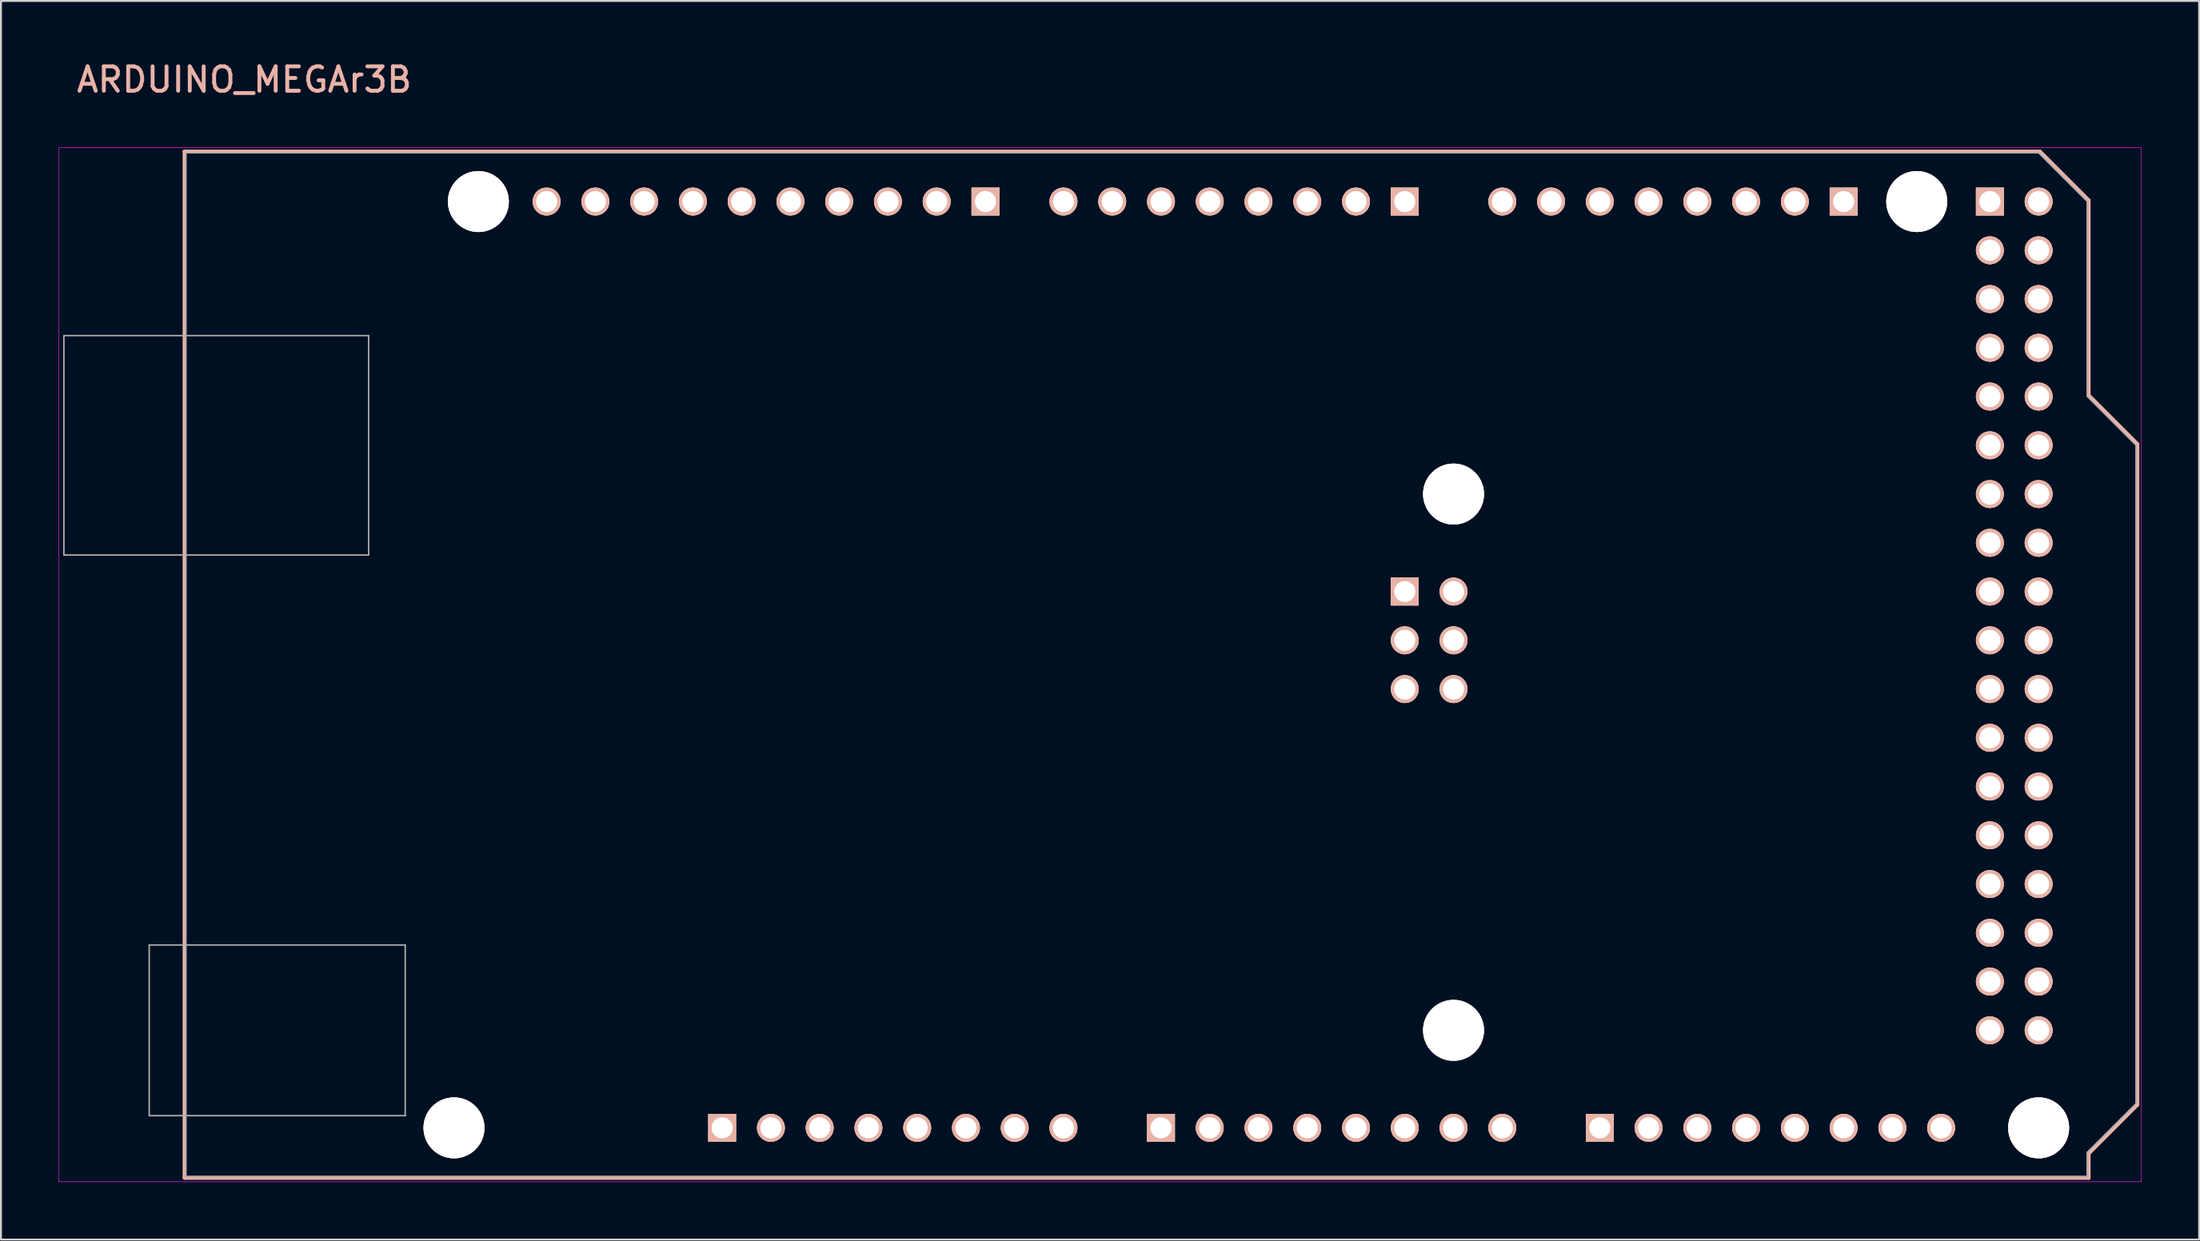
<source format=kicad_pcb>
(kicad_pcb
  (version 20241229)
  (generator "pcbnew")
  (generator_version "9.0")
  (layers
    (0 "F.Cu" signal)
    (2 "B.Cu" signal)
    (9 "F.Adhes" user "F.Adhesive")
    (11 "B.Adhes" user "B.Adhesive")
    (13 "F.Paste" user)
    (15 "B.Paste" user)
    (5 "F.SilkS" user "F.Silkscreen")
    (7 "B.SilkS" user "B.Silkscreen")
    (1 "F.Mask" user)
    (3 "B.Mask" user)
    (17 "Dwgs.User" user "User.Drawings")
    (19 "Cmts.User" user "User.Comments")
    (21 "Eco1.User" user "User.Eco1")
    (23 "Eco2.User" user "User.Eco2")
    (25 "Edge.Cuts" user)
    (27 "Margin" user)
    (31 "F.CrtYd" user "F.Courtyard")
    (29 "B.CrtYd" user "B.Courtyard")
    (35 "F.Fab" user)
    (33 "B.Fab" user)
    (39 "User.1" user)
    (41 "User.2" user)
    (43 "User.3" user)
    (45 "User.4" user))
  (footprint "ARDUINO_MEGAr3B"
    (layer "F.Cu")
    (at 6.629 58.25)
    (property "Reference" "ARDUINO_MEGAr3B" (at 3.048 -57.15 0) (layer "B.SilkS") (effects (font (size 1.27 1.27) (thickness 0.203))))
    (attr through_hole)
    (fp_line (start -0.064 0.064) (end -0.064 -53.404) (stroke (width 0.203) (type solid)) (layer "B.SilkS"))
    (fp_line (start 96.584 -53.404) (end -0.064 -53.404) (stroke (width 0.203) (type solid)) (layer "B.SilkS"))
    (fp_line (start 99.124 -50.864) (end 96.584 -53.404) (stroke (width 0.203) (type solid)) (layer "B.SilkS"))
    (fp_line (start 99.124 -40.703) (end 99.124 -50.864) (stroke (width 0.203) (type solid)) (layer "B.SilkS"))
    (fp_line (start 99.124 -40.703) (end 101.663 -38.163) (stroke (width 0.203) (type solid)) (layer "B.SilkS"))
    (fp_line (start 99.124 -1.206) (end 99.124 0.064) (stroke (width 0.203) (type solid)) (layer "B.SilkS"))
    (fp_line (start 99.124 0.064) (end -0.064 0.064) (stroke (width 0.203) (type solid)) (layer "B.SilkS"))
    (fp_line (start 101.663 -38.163) (end 101.663 -3.747) (stroke (width 0.203) (type solid)) (layer "B.SilkS"))
    (fp_line (start 101.663 -3.747) (end 99.124 -1.206) (stroke (width 0.203) (type solid)) (layer "B.SilkS"))
    (fp_line (start -6.617 -53.607) (end 101.867 -53.607) (stroke (width 0.025) (type solid)) (layer "F.CrtYd"))
    (fp_line (start -6.617 0.267) (end -6.617 -53.607) (stroke (width 0.025) (type solid)) (layer "F.CrtYd"))
    (fp_line (start 101.867 -53.607) (end 101.867 0.267) (stroke (width 0.025) (type solid)) (layer "F.CrtYd"))
    (fp_line (start 101.867 0.267) (end -6.617 0.267) (stroke (width 0.025) (type solid)) (layer "F.CrtYd"))
    (fp_line (start -6.35 -43.815) (end 9.525 -43.815) (stroke (width 0.076) (type solid)) (layer "F.Fab"))
    (fp_line (start -6.35 -32.385) (end -6.35 -43.815) (stroke (width 0.076) (type solid)) (layer "F.Fab"))
    (fp_line (start -1.905 -12.065) (end 11.43 -12.065) (stroke (width 0.076) (type solid)) (layer "F.Fab"))
    (fp_line (start -1.905 -3.175) (end -1.905 -12.065) (stroke (width 0.076) (type solid)) (layer "F.Fab"))
    (fp_line (start 0 0) (end 0 -53.34) (stroke (width 0.076) (type solid)) (layer "F.Fab"))
    (fp_line (start 9.525 -43.815) (end 9.525 -32.385) (stroke (width 0.076) (type solid)) (layer "F.Fab"))
    (fp_line (start 9.525 -32.385) (end -6.35 -32.385) (stroke (width 0.076) (type solid)) (layer "F.Fab"))
    (fp_line (start 11.43 -12.065) (end 11.43 -3.175) (stroke (width 0.076) (type solid)) (layer "F.Fab"))
    (fp_line (start 11.43 -3.175) (end -1.905 -3.175) (stroke (width 0.076) (type solid)) (layer "F.Fab"))
    (fp_line (start 96.52 -53.34) (end 0 -53.34) (stroke (width 0.076) (type solid)) (layer "F.Fab"))
    (fp_line (start 99.06 -50.8) (end 96.52 -53.34) (stroke (width 0.076) (type solid)) (layer "F.Fab"))
    (fp_line (start 99.06 -40.64) (end 99.06 -50.8) (stroke (width 0.076) (type solid)) (layer "F.Fab"))
    (fp_line (start 99.06 -40.64) (end 101.6 -38.1) (stroke (width 0.076) (type solid)) (layer "F.Fab"))
    (fp_line (start 99.06 -1.27) (end 99.06 0) (stroke (width 0.076) (type solid)) (layer "F.Fab"))
    (fp_line (start 99.06 0) (end 0 0) (stroke (width 0.076) (type solid)) (layer "F.Fab"))
    (fp_line (start 101.6 -38.1) (end 101.6 -3.81) (stroke (width 0.076) (type solid)) (layer "F.Fab"))
    (fp_line (start 101.6 -3.81) (end 99.06 -1.27) (stroke (width 0.076) (type solid)) (layer "F.Fab"))
    (pad "" np_thru_hole circle (at 13.97 -2.54 0.1) (size 3.175 3.175) (drill 3.175) (layers "*.Cu" "*.SilkS" "*.Mask"))
    (pad "" np_thru_hole circle (at 15.24 -50.8 0.1) (size 3.175 3.175) (drill 3.175) (layers "*.Cu" "*.SilkS" "*.Mask"))
    (pad "" np_thru_hole circle (at 66.04 -35.56 0.1) (size 3.175 3.175) (drill 3.175) (layers "*.Cu" "*.SilkS" "*.Mask"))
    (pad "" np_thru_hole circle (at 66.04 -7.62 0.1) (size 3.175 3.175) (drill 3.175) (layers "*.Cu" "*.SilkS" "*.Mask"))
    (pad "" np_thru_hole circle (at 90.17 -50.8 0.1) (size 3.175 3.175) (drill 3.175) (layers "*.Cu" "*.SilkS" "*.Mask"))
    (pad "" np_thru_hole circle (at 96.52 -2.54 0.1) (size 3.175 3.175) (drill 3.175) (layers "*.Cu" "*.SilkS" "*.Mask"))
    (pad "AH1" thru_hole rect (at 73.66 -2.54 270) (size 1.45 1.45) (drill 1.1) (layers "*.Cu" "*.SilkS" "*.Mask"))
    (pad "AH2" thru_hole circle (at 76.2 -2.54 270) (size 1.45 1.45) (drill 1.1) (layers "*.Cu" "*.SilkS" "*.Mask"))
    (pad "AH3" thru_hole circle (at 78.74 -2.54 270) (size 1.45 1.45) (drill 1.1) (layers "*.Cu" "*.SilkS" "*.Mask"))
    (pad "AH4" thru_hole circle (at 81.28 -2.54 270) (size 1.45 1.45) (drill 1.1) (layers "*.Cu" "*.SilkS" "*.Mask"))
    (pad "AH5" thru_hole circle (at 83.82 -2.54 270) (size 1.45 1.45) (drill 1.1) (layers "*.Cu" "*.SilkS" "*.Mask"))
    (pad "AH6" thru_hole circle (at 86.36 -2.54 270) (size 1.45 1.45) (drill 1.1) (layers "*.Cu" "*.SilkS" "*.Mask"))
    (pad "AH7" thru_hole circle (at 88.9 -2.54 270) (size 1.45 1.45) (drill 1.1) (layers "*.Cu" "*.SilkS" "*.Mask"))
    (pad "AH8" thru_hole circle (at 91.44 -2.54 270) (size 1.45 1.45) (drill 1.1) (layers "*.Cu" "*.SilkS" "*.Mask"))
    (pad "AL1" thru_hole rect (at 50.8 -2.54 270) (size 1.45 1.45) (drill 1.1) (layers "*.Cu" "*.SilkS" "*.Mask"))
    (pad "AL2" thru_hole circle (at 53.34 -2.54 270) (size 1.45 1.45) (drill 1.1) (layers "*.Cu" "*.SilkS" "*.Mask"))
    (pad "AL3" thru_hole circle (at 55.88 -2.54 270) (size 1.45 1.45) (drill 1.1) (layers "*.Cu" "*.SilkS" "*.Mask"))
    (pad "AL4" thru_hole circle (at 58.42 -2.54 270) (size 1.45 1.45) (drill 1.1) (layers "*.Cu" "*.SilkS" "*.Mask"))
    (pad "AL5" thru_hole circle (at 60.96 -2.54 270) (size 1.45 1.45) (drill 1.1) (layers "*.Cu" "*.SilkS" "*.Mask"))
    (pad "AL6" thru_hole circle (at 63.5 -2.54 270) (size 1.45 1.45) (drill 1.1) (layers "*.Cu" "*.SilkS" "*.Mask"))
    (pad "AL7" thru_hole circle (at 66.04 -2.54 270) (size 1.45 1.45) (drill 1.1) (layers "*.Cu" "*.SilkS" "*.Mask"))
    (pad "AL8" thru_hole circle (at 68.58 -2.54 270) (size 1.45 1.45) (drill 1.1) (layers "*.Cu" "*.SilkS" "*.Mask"))
    (pad "COM1" thru_hole rect (at 86.36 -50.8 90) (size 1.45 1.45) (drill 1.1) (layers "*.Cu" "*.SilkS" "*.Mask"))
    (pad "COM2" thru_hole circle (at 83.82 -50.8 90) (size 1.45 1.45) (drill 1.1) (layers "*.Cu" "*.SilkS" "*.Mask"))
    (pad "COM3" thru_hole circle (at 81.28 -50.8 90) (size 1.45 1.45) (drill 1.1) (layers "*.Cu" "*.SilkS" "*.Mask"))
    (pad "COM4" thru_hole circle (at 78.74 -50.8 90) (size 1.45 1.45) (drill 1.1) (layers "*.Cu" "*.SilkS" "*.Mask"))
    (pad "COM5" thru_hole circle (at 76.2 -50.8 90) (size 1.45 1.45) (drill 1.1) (layers "*.Cu" "*.SilkS" "*.Mask"))
    (pad "COM6" thru_hole circle (at 73.66 -50.8 90) (size 1.45 1.45) (drill 1.1) (layers "*.Cu" "*.SilkS" "*.Mask"))
    (pad "COM7" thru_hole circle (at 71.12 -50.8 90) (size 1.45 1.45) (drill 1.1) (layers "*.Cu" "*.SilkS" "*.Mask"))
    (pad "COM8" thru_hole circle (at 68.58 -50.8 90) (size 1.45 1.45) (drill 1.1) (layers "*.Cu" "*.SilkS" "*.Mask"))
    (pad "H1" thru_hole rect (at 41.656 -50.8 90) (size 1.45 1.45) (drill 1.1) (layers "*.Cu" "*.SilkS" "*.Mask"))
    (pad "H2" thru_hole circle (at 39.116 -50.8 90) (size 1.45 1.45) (drill 1.1) (layers "*.Cu" "*.SilkS" "*.Mask"))
    (pad "H3" thru_hole circle (at 36.576 -50.8 90) (size 1.45 1.45) (drill 1.1) (layers "*.Cu" "*.SilkS" "*.Mask"))
    (pad "H4" thru_hole circle (at 34.036 -50.8 90) (size 1.45 1.45) (drill 1.1) (layers "*.Cu" "*.SilkS" "*.Mask"))
    (pad "H5" thru_hole circle (at 31.496 -50.8 90) (size 1.45 1.45) (drill 1.1) (layers "*.Cu" "*.SilkS" "*.Mask"))
    (pad "H6" thru_hole circle (at 28.956 -50.8 90) (size 1.45 1.45) (drill 1.1) (layers "*.Cu" "*.SilkS" "*.Mask"))
    (pad "H7" thru_hole circle (at 26.416 -50.8 90) (size 1.45 1.45) (drill 1.1) (layers "*.Cu" "*.SilkS" "*.Mask"))
    (pad "H8" thru_hole circle (at 23.876 -50.8 90) (size 1.45 1.45) (drill 1.1) (layers "*.Cu" "*.SilkS" "*.Mask"))
    (pad "H9" thru_hole circle (at 21.336 -50.8 90) (size 1.45 1.45) (drill 1.1) (layers "*.Cu" "*.SilkS" "*.Mask"))
    (pad "H10" thru_hole circle (at 18.796 -50.8 90) (size 1.45 1.45) (drill 1.1) (layers "*.Cu" "*.SilkS" "*.Mask"))
    (pad "ISP1" thru_hole rect (at 63.5 -30.48 180) (size 1.45 1.45) (drill 1.1) (layers "*.Cu" "*.SilkS" "*.Mask"))
    (pad "ISP2" thru_hole circle (at 66.04 -30.48) (size 1.45 1.45) (drill 1.1) (layers "*.Cu" "*.SilkS" "*.Mask"))
    (pad "ISP3" thru_hole circle (at 63.5 -27.94 180) (size 1.45 1.45) (drill 1.1) (layers "*.Cu" "*.SilkS" "*.Mask"))
    (pad "ISP4" thru_hole circle (at 66.04 -27.94) (size 1.45 1.45) (drill 1.1) (layers "*.Cu" "*.SilkS" "*.Mask"))
    (pad "ISP5" thru_hole circle (at 63.5 -25.4 180) (size 1.45 1.45) (drill 1.1) (layers "*.Cu" "*.SilkS" "*.Mask"))
    (pad "ISP6" thru_hole circle (at 66.04 -25.4) (size 1.45 1.45) (drill 1.1) (layers "*.Cu" "*.SilkS" "*.Mask"))
    (pad "L1" thru_hole rect (at 63.5 -50.8 90) (size 1.45 1.45) (drill 1.1) (layers "*.Cu" "*.SilkS" "*.Mask"))
    (pad "L2" thru_hole circle (at 60.96 -50.8 90) (size 1.45 1.45) (drill 1.1) (layers "*.Cu" "*.SilkS" "*.Mask"))
    (pad "L3" thru_hole circle (at 58.42 -50.8 90) (size 1.45 1.45) (drill 1.1) (layers "*.Cu" "*.SilkS" "*.Mask"))
    (pad "L4" thru_hole circle (at 55.88 -50.8 90) (size 1.45 1.45) (drill 1.1) (layers "*.Cu" "*.SilkS" "*.Mask"))
    (pad "L5" thru_hole circle (at 53.34 -50.8 90) (size 1.45 1.45) (drill 1.1) (layers "*.Cu" "*.SilkS" "*.Mask"))
    (pad "L6" thru_hole circle (at 50.8 -50.8 90) (size 1.45 1.45) (drill 1.1) (layers "*.Cu" "*.SilkS" "*.Mask"))
    (pad "L7" thru_hole circle (at 48.26 -50.8 90) (size 1.45 1.45) (drill 1.1) (layers "*.Cu" "*.SilkS" "*.Mask"))
    (pad "L8" thru_hole circle (at 45.72 -50.8 90) (size 1.45 1.45) (drill 1.1) (layers "*.Cu" "*.SilkS" "*.Mask"))
    (pad "P1" thru_hole rect (at 27.94 -2.54 270) (size 1.45 1.45) (drill 1.1) (layers "*.Cu" "*.SilkS" "*.Mask"))
    (pad "P2" thru_hole circle (at 30.48 -2.54 270) (size 1.45 1.45) (drill 1.1) (layers "*.Cu" "*.SilkS" "*.Mask"))
    (pad "P3" thru_hole circle (at 33.02 -2.54 270) (size 1.45 1.45) (drill 1.1) (layers "*.Cu" "*.SilkS" "*.Mask"))
    (pad "P4" thru_hole circle (at 35.56 -2.54 270) (size 1.45 1.45) (drill 1.1) (layers "*.Cu" "*.SilkS" "*.Mask"))
    (pad "P5" thru_hole circle (at 38.1 -2.54 270) (size 1.45 1.45) (drill 1.1) (layers "*.Cu" "*.SilkS" "*.Mask"))
    (pad "P6" thru_hole circle (at 40.64 -2.54 270) (size 1.45 1.45) (drill 1.1) (layers "*.Cu" "*.SilkS" "*.Mask"))
    (pad "P7" thru_hole circle (at 43.18 -2.54 270) (size 1.45 1.45) (drill 1.1) (layers "*.Cu" "*.SilkS" "*.Mask"))
    (pad "P8" thru_hole circle (at 45.72 -2.54 270) (size 1.45 1.45) (drill 1.1) (layers "*.Cu" "*.SilkS" "*.Mask"))
    (pad "X1" thru_hole rect (at 93.98 -50.8 180) (size 1.45 1.45) (drill 1.1) (layers "*.Cu" "*.SilkS" "*.Mask"))
    (pad "X2" thru_hole circle (at 96.52 -50.8) (size 1.45 1.45) (drill 1.1) (layers "*.Cu" "*.SilkS" "*.Mask"))
    (pad "X3" thru_hole circle (at 93.98 -48.26 180) (size 1.45 1.45) (drill 1.1) (layers "*.Cu" "*.SilkS" "*.Mask"))
    (pad "X4" thru_hole circle (at 96.52 -48.26) (size 1.45 1.45) (drill 1.1) (layers "*.Cu" "*.SilkS" "*.Mask"))
    (pad "X5" thru_hole circle (at 93.98 -45.72 180) (size 1.45 1.45) (drill 1.1) (layers "*.Cu" "*.SilkS" "*.Mask"))
    (pad "X6" thru_hole circle (at 96.52 -45.72) (size 1.45 1.45) (drill 1.1) (layers "*.Cu" "*.SilkS" "*.Mask"))
    (pad "X7" thru_hole circle (at 93.98 -43.18 180) (size 1.45 1.45) (drill 1.1) (layers "*.Cu" "*.SilkS" "*.Mask"))
    (pad "X8" thru_hole circle (at 96.52 -43.18) (size 1.45 1.45) (drill 1.1) (layers "*.Cu" "*.SilkS" "*.Mask"))
    (pad "X9" thru_hole circle (at 93.98 -40.64 180) (size 1.45 1.45) (drill 1.1) (layers "*.Cu" "*.SilkS" "*.Mask"))
    (pad "X10" thru_hole circle (at 96.52 -40.64) (size 1.45 1.45) (drill 1.1) (layers "*.Cu" "*.SilkS" "*.Mask"))
    (pad "X11" thru_hole circle (at 93.98 -38.1 180) (size 1.45 1.45) (drill 1.1) (layers "*.Cu" "*.SilkS" "*.Mask"))
    (pad "X12" thru_hole circle (at 96.52 -38.1) (size 1.45 1.45) (drill 1.1) (layers "*.Cu" "*.SilkS" "*.Mask"))
    (pad "X13" thru_hole circle (at 93.98 -35.56 180) (size 1.45 1.45) (drill 1.1) (layers "*.Cu" "*.SilkS" "*.Mask"))
    (pad "X14" thru_hole circle (at 96.52 -35.56) (size 1.45 1.45) (drill 1.1) (layers "*.Cu" "*.SilkS" "*.Mask"))
    (pad "X15" thru_hole circle (at 93.98 -33.02 180) (size 1.45 1.45) (drill 1.1) (layers "*.Cu" "*.SilkS" "*.Mask"))
    (pad "X16" thru_hole circle (at 96.52 -33.02) (size 1.45 1.45) (drill 1.1) (layers "*.Cu" "*.SilkS" "*.Mask"))
    (pad "X17" thru_hole circle (at 93.98 -30.48 180) (size 1.45 1.45) (drill 1.1) (layers "*.Cu" "*.SilkS" "*.Mask"))
    (pad "X18" thru_hole circle (at 96.52 -30.48) (size 1.45 1.45) (drill 1.1) (layers "*.Cu" "*.SilkS" "*.Mask"))
    (pad "X19" thru_hole circle (at 93.98 -27.94 180) (size 1.45 1.45) (drill 1.1) (layers "*.Cu" "*.SilkS" "*.Mask"))
    (pad "X20" thru_hole circle (at 96.52 -27.94) (size 1.45 1.45) (drill 1.1) (layers "*.Cu" "*.SilkS" "*.Mask"))
    (pad "X21" thru_hole circle (at 93.98 -25.4 180) (size 1.45 1.45) (drill 1.1) (layers "*.Cu" "*.SilkS" "*.Mask"))
    (pad "X22" thru_hole circle (at 96.52 -25.4) (size 1.45 1.45) (drill 1.1) (layers "*.Cu" "*.SilkS" "*.Mask"))
    (pad "X23" thru_hole circle (at 93.98 -22.86 180) (size 1.45 1.45) (drill 1.1) (layers "*.Cu" "*.SilkS" "*.Mask"))
    (pad "X24" thru_hole circle (at 96.52 -22.86) (size 1.45 1.45) (drill 1.1) (layers "*.Cu" "*.SilkS" "*.Mask"))
    (pad "X25" thru_hole circle (at 93.98 -20.32 180) (size 1.45 1.45) (drill 1.1) (layers "*.Cu" "*.SilkS" "*.Mask"))
    (pad "X26" thru_hole circle (at 96.52 -20.32) (size 1.45 1.45) (drill 1.1) (layers "*.Cu" "*.SilkS" "*.Mask"))
    (pad "X27" thru_hole circle (at 93.98 -17.78 180) (size 1.45 1.45) (drill 1.1) (layers "*.Cu" "*.SilkS" "*.Mask"))
    (pad "X28" thru_hole circle (at 96.52 -17.78) (size 1.45 1.45) (drill 1.1) (layers "*.Cu" "*.SilkS" "*.Mask"))
    (pad "X29" thru_hole circle (at 93.98 -15.24 180) (size 1.45 1.45) (drill 1.1) (layers "*.Cu" "*.SilkS" "*.Mask"))
    (pad "X30" thru_hole circle (at 96.52 -15.24) (size 1.45 1.45) (drill 1.1) (layers "*.Cu" "*.SilkS" "*.Mask"))
    (pad "X31" thru_hole circle (at 93.98 -12.7 180) (size 1.45 1.45) (drill 1.1) (layers "*.Cu" "*.SilkS" "*.Mask"))
    (pad "X32" thru_hole circle (at 96.52 -12.7) (size 1.45 1.45) (drill 1.1) (layers "*.Cu" "*.SilkS" "*.Mask"))
    (pad "X33" thru_hole circle (at 93.98 -10.16 180) (size 1.45 1.45) (drill 1.1) (layers "*.Cu" "*.SilkS" "*.Mask"))
    (pad "X34" thru_hole circle (at 96.52 -10.16) (size 1.45 1.45) (drill 1.1) (layers "*.Cu" "*.SilkS" "*.Mask"))
    (pad "X35" thru_hole circle (at 93.98 -7.62 180) (size 1.45 1.45) (drill 1.1) (layers "*.Cu" "*.SilkS" "*.Mask"))
    (pad "X36" thru_hole circle (at 96.52 -7.62) (size 1.45 1.45) (drill 1.1) (layers "*.Cu" "*.SilkS" "*.Mask")))
  (gr_rect
    (start -3 -3)
    (end 111.509 61.529)
    (stroke (width 0.1) (type default))
    (fill no)
    (layer "Edge.Cuts")))
</source>
